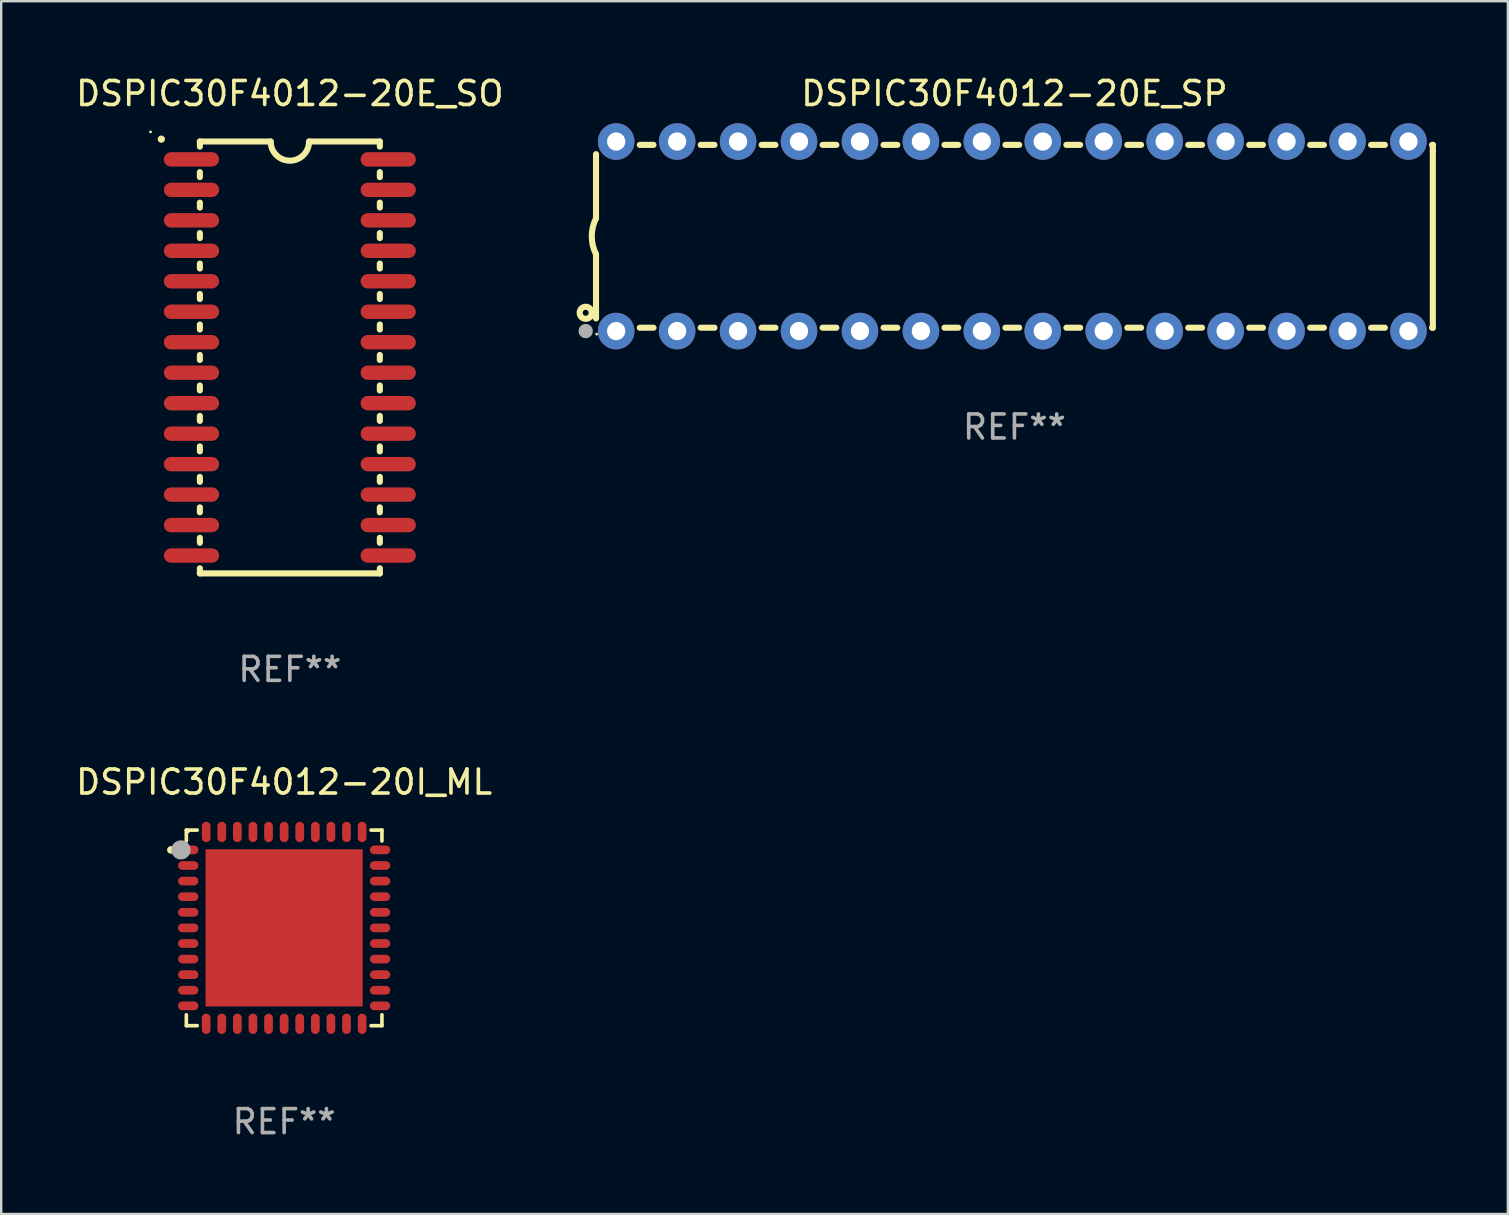
<source format=kicad_pcb>
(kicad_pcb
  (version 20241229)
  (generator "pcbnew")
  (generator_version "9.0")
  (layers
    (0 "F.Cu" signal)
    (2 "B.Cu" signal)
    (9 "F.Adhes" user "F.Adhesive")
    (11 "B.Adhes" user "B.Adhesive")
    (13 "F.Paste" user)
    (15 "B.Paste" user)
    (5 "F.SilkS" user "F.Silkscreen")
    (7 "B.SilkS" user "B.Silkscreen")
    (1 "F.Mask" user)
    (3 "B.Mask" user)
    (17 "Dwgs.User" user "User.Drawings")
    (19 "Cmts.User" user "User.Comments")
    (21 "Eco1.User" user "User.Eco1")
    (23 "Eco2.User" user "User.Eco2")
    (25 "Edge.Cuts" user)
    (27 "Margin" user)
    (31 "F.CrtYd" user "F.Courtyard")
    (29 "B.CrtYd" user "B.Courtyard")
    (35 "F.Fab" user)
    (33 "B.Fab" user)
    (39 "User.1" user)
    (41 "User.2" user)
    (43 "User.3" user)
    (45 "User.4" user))
  (footprint "DSPIC30F4012-20E_SO"
    (layer "F.Cu")
    (at 9.03 11.848)
    (property "Reference" "DSPIC30F4012-20E_SO" (at 0 -11 0) (layer "F.SilkS") (effects (font (size 1 1) (thickness 0.15))))
    (attr through_hole)
    (fp_line (start -3.75 -9) (end -3.75 -8.786) (stroke (width 0.254) (type solid)) (layer "F.SilkS"))
    (fp_line (start -3.75 -9) (end -0.8 -9) (stroke (width 0.254) (type solid)) (layer "F.SilkS"))
    (fp_line (start -3.75 -7.724) (end -3.75 -7.516) (stroke (width 0.254) (type solid)) (layer "F.SilkS"))
    (fp_line (start -3.75 -6.454) (end -3.75 -6.246) (stroke (width 0.254) (type solid)) (layer "F.SilkS"))
    (fp_line (start -3.75 -5.184) (end -3.75 -4.976) (stroke (width 0.254) (type solid)) (layer "F.SilkS"))
    (fp_line (start -3.75 -3.914) (end -3.75 -3.706) (stroke (width 0.254) (type solid)) (layer "F.SilkS"))
    (fp_line (start -3.75 -2.644) (end -3.75 -2.436) (stroke (width 0.254) (type solid)) (layer "F.SilkS"))
    (fp_line (start -3.75 -1.374) (end -3.75 -1.166) (stroke (width 0.254) (type solid)) (layer "F.SilkS"))
    (fp_line (start -3.75 -0.104) (end -3.75 0.104) (stroke (width 0.254) (type solid)) (layer "F.SilkS"))
    (fp_line (start -3.75 1.166) (end -3.75 1.374) (stroke (width 0.254) (type solid)) (layer "F.SilkS"))
    (fp_line (start -3.75 2.436) (end -3.75 2.644) (stroke (width 0.254) (type solid)) (layer "F.SilkS"))
    (fp_line (start -3.75 3.706) (end -3.75 3.914) (stroke (width 0.254) (type solid)) (layer "F.SilkS"))
    (fp_line (start -3.75 4.976) (end -3.75 5.184) (stroke (width 0.254) (type solid)) (layer "F.SilkS"))
    (fp_line (start -3.75 6.246) (end -3.75 6.454) (stroke (width 0.254) (type solid)) (layer "F.SilkS"))
    (fp_line (start -3.75 7.516) (end -3.75 7.724) (stroke (width 0.254) (type solid)) (layer "F.SilkS"))
    (fp_line (start -3.75 8.786) (end -3.75 9) (stroke (width 0.254) (type solid)) (layer "F.SilkS"))
    (fp_line (start 3.75 -9) (end 0.8 -9) (stroke (width 0.254) (type solid)) (layer "F.SilkS"))
    (fp_line (start 3.75 -9) (end 3.75 -8.786) (stroke (width 0.254) (type solid)) (layer "F.SilkS"))
    (fp_line (start 3.75 -7.724) (end 3.75 -7.516) (stroke (width 0.254) (type solid)) (layer "F.SilkS"))
    (fp_line (start 3.75 -6.454) (end 3.75 -6.246) (stroke (width 0.254) (type solid)) (layer "F.SilkS"))
    (fp_line (start 3.75 -5.184) (end 3.75 -4.976) (stroke (width 0.254) (type solid)) (layer "F.SilkS"))
    (fp_line (start 3.75 -3.914) (end 3.75 -3.706) (stroke (width 0.254) (type solid)) (layer "F.SilkS"))
    (fp_line (start 3.75 -2.644) (end 3.75 -2.436) (stroke (width 0.254) (type solid)) (layer "F.SilkS"))
    (fp_line (start 3.75 -1.374) (end 3.75 -1.166) (stroke (width 0.254) (type solid)) (layer "F.SilkS"))
    (fp_line (start 3.75 -0.104) (end 3.75 0.104) (stroke (width 0.254) (type solid)) (layer "F.SilkS"))
    (fp_line (start 3.75 1.166) (end 3.75 1.374) (stroke (width 0.254) (type solid)) (layer "F.SilkS"))
    (fp_line (start 3.75 2.436) (end 3.75 2.644) (stroke (width 0.254) (type solid)) (layer "F.SilkS"))
    (fp_line (start 3.75 3.706) (end 3.75 3.914) (stroke (width 0.254) (type solid)) (layer "F.SilkS"))
    (fp_line (start 3.75 4.976) (end 3.75 5.184) (stroke (width 0.254) (type solid)) (layer "F.SilkS"))
    (fp_line (start 3.75 6.246) (end 3.75 6.454) (stroke (width 0.254) (type solid)) (layer "F.SilkS"))
    (fp_line (start 3.75 7.516) (end 3.75 7.724) (stroke (width 0.254) (type solid)) (layer "F.SilkS"))
    (fp_line (start 3.75 8.786) (end 3.75 9) (stroke (width 0.254) (type solid)) (layer "F.SilkS"))
    (fp_line (start 3.75 9) (end -3.75 9) (stroke (width 0.254) (type solid)) (layer "F.SilkS"))
    (fp_arc (start -5.356414 -9.098298) (mid -5.356419 -9.099568) (end -5.356414 -9.100838) (stroke (width 0.3) (type solid)) (layer "F.SilkS"))
    (fp_arc (start 0.800076 -9.000025) (mid -0.000102 -8.201067) (end -0.799466 -9.000838) (stroke (width 0.254001) (type solid)) (layer "F.SilkS"))
    (fp_circle (center -5.806 -9.4) (end -5.776 -9.4) (stroke (width 0.06) (type solid)) (fill no) (layer "F.SilkS"))
    (fp_text user "REF**" (at 0 13 0) (layer "F.Fab") (effects (font (size 1 1) (thickness 0.15))))
    (pad "1" smd oval (at -4.1 -8.255 90) (size 0.6 2.3) (layers "F.Cu" "F.Mask" "F.Paste"))
    (pad "2" smd oval (at -4.1 -6.985 90) (size 0.6 2.3) (layers "F.Cu" "F.Mask" "F.Paste"))
    (pad "3" smd oval (at -4.1 -5.715 90) (size 0.6 2.3) (layers "F.Cu" "F.Mask" "F.Paste"))
    (pad "4" smd oval (at -4.1 -4.445 90) (size 0.6 2.3) (layers "F.Cu" "F.Mask" "F.Paste"))
    (pad "5" smd oval (at -4.1 -3.175 90) (size 0.6 2.3) (layers "F.Cu" "F.Mask" "F.Paste"))
    (pad "6" smd oval (at -4.1 -1.905 90) (size 0.6 2.3) (layers "F.Cu" "F.Mask" "F.Paste"))
    (pad "7" smd oval (at -4.1 -0.635 90) (size 0.6 2.3) (layers "F.Cu" "F.Mask" "F.Paste"))
    (pad "8" smd oval (at -4.1 0.635 90) (size 0.6 2.3) (layers "F.Cu" "F.Mask" "F.Paste"))
    (pad "9" smd oval (at -4.1 1.905 90) (size 0.6 2.3) (layers "F.Cu" "F.Mask" "F.Paste"))
    (pad "10" smd oval (at -4.1 3.175 90) (size 0.6 2.3) (layers "F.Cu" "F.Mask" "F.Paste"))
    (pad "11" smd oval (at -4.1 4.445 90) (size 0.6 2.3) (layers "F.Cu" "F.Mask" "F.Paste"))
    (pad "12" smd oval (at -4.1 5.715 90) (size 0.6 2.3) (layers "F.Cu" "F.Mask" "F.Paste"))
    (pad "13" smd oval (at -4.1 6.985 90) (size 0.6 2.3) (layers "F.Cu" "F.Mask" "F.Paste"))
    (pad "14" smd oval (at -4.1 8.255 90) (size 0.6 2.3) (layers "F.Cu" "F.Mask" "F.Paste"))
    (pad "15" smd oval (at 4.1 8.255 90) (size 0.6 2.3) (layers "F.Cu" "F.Mask" "F.Paste"))
    (pad "16" smd oval (at 4.1 6.985 90) (size 0.6 2.3) (layers "F.Cu" "F.Mask" "F.Paste"))
    (pad "17" smd oval (at 4.1 5.715 90) (size 0.6 2.3) (layers "F.Cu" "F.Mask" "F.Paste"))
    (pad "18" smd oval (at 4.1 4.445 90) (size 0.6 2.3) (layers "F.Cu" "F.Mask" "F.Paste"))
    (pad "19" smd oval (at 4.1 3.175 90) (size 0.6 2.3) (layers "F.Cu" "F.Mask" "F.Paste"))
    (pad "20" smd oval (at 4.1 1.905 90) (size 0.6 2.3) (layers "F.Cu" "F.Mask" "F.Paste"))
    (pad "21" smd oval (at 4.1 0.635 90) (size 0.6 2.3) (layers "F.Cu" "F.Mask" "F.Paste"))
    (pad "22" smd oval (at 4.1 -0.635 90) (size 0.6 2.3) (layers "F.Cu" "F.Mask" "F.Paste"))
    (pad "23" smd oval (at 4.1 -1.905 90) (size 0.6 2.3) (layers "F.Cu" "F.Mask" "F.Paste"))
    (pad "24" smd oval (at 4.1 -3.175 90) (size 0.6 2.3) (layers "F.Cu" "F.Mask" "F.Paste"))
    (pad "25" smd oval (at 4.1 -4.445 90) (size 0.6 2.3) (layers "F.Cu" "F.Mask" "F.Paste"))
    (pad "26" smd oval (at 4.1 -5.715 90) (size 0.6 2.3) (layers "F.Cu" "F.Mask" "F.Paste"))
    (pad "27" smd oval (at 4.1 -6.985 90) (size 0.6 2.3) (layers "F.Cu" "F.Mask" "F.Paste"))
    (pad "28" smd oval (at 4.1 -8.255 90) (size 0.6 2.3) (layers "F.Cu" "F.Mask" "F.Paste")))
  (footprint "DSPIC30F4012-20E_SP"
    (layer "F.Cu")
    (at 39.228 6.798)
    (property "Reference" "DSPIC30F4012-20E_SP" (at 0 -5.95 0) (layer "F.SilkS") (effects (font (size 1 1) (thickness 0.15))))
    (attr through_hole)
    (fp_line (start -17.438 0.75) (end -17.438 3.423) (stroke (width 0.254) (type solid)) (layer "F.SilkS"))
    (fp_line (start -17.438 -3.423) (end -17.438 -0.75) (stroke (width 0.254) (type solid)) (layer "F.SilkS"))
    (fp_line (start -15.615 3.81) (end -15.041 3.81) (stroke (width 0.254) (type solid)) (layer "F.SilkS"))
    (fp_line (start -15.041 -3.81) (end -15.614 -3.81) (stroke (width 0.254) (type solid)) (layer "F.SilkS"))
    (fp_line (start -13.075 3.81) (end -12.501 3.81) (stroke (width 0.254) (type solid)) (layer "F.SilkS"))
    (fp_line (start -12.501 -3.81) (end -13.074 -3.81) (stroke (width 0.254) (type solid)) (layer "F.SilkS"))
    (fp_line (start -10.535 3.81) (end -9.961 3.81) (stroke (width 0.254) (type solid)) (layer "F.SilkS"))
    (fp_line (start -9.961 -3.81) (end -10.534 -3.81) (stroke (width 0.254) (type solid)) (layer "F.SilkS"))
    (fp_line (start -7.995 3.81) (end -7.421 3.81) (stroke (width 0.254) (type solid)) (layer "F.SilkS"))
    (fp_line (start -7.421 -3.81) (end -7.995 -3.81) (stroke (width 0.254) (type solid)) (layer "F.SilkS"))
    (fp_line (start -5.455 3.81) (end -4.881 3.81) (stroke (width 0.254) (type solid)) (layer "F.SilkS"))
    (fp_line (start -4.881 -3.81) (end -5.455 -3.81) (stroke (width 0.254) (type solid)) (layer "F.SilkS"))
    (fp_line (start -2.915 3.81) (end -2.341 3.81) (stroke (width 0.254) (type solid)) (layer "F.SilkS"))
    (fp_line (start -2.341 -3.81) (end -2.915 -3.81) (stroke (width 0.254) (type solid)) (layer "F.SilkS"))
    (fp_line (start -0.375 3.81) (end 0.199 3.81) (stroke (width 0.254) (type solid)) (layer "F.SilkS"))
    (fp_line (start 0.199 -3.81) (end -0.375 -3.81) (stroke (width 0.254) (type solid)) (layer "F.SilkS"))
    (fp_line (start 2.165 3.81) (end 2.739 3.81) (stroke (width 0.254) (type solid)) (layer "F.SilkS"))
    (fp_line (start 2.739 -3.81) (end 2.165 -3.81) (stroke (width 0.254) (type solid)) (layer "F.SilkS"))
    (fp_line (start 4.705 3.81) (end 5.279 3.81) (stroke (width 0.254) (type solid)) (layer "F.SilkS"))
    (fp_line (start 5.279 -3.81) (end 4.705 -3.81) (stroke (width 0.254) (type solid)) (layer "F.SilkS"))
    (fp_line (start 7.245 3.81) (end 7.819 3.81) (stroke (width 0.254) (type solid)) (layer "F.SilkS"))
    (fp_line (start 7.819 -3.81) (end 7.245 -3.81) (stroke (width 0.254) (type solid)) (layer "F.SilkS"))
    (fp_line (start 9.785 3.81) (end 10.359 3.81) (stroke (width 0.254) (type solid)) (layer "F.SilkS"))
    (fp_line (start 10.359 -3.81) (end 9.785 -3.81) (stroke (width 0.254) (type solid)) (layer "F.SilkS"))
    (fp_line (start 12.325 3.81) (end 12.899 3.81) (stroke (width 0.254) (type solid)) (layer "F.SilkS"))
    (fp_line (start 12.899 -3.81) (end 12.325 -3.81) (stroke (width 0.254) (type solid)) (layer "F.SilkS"))
    (fp_line (start 14.865 3.81) (end 15.439 3.81) (stroke (width 0.254) (type solid)) (layer "F.SilkS"))
    (fp_line (start 15.439 -3.81) (end 14.865 -3.81) (stroke (width 0.254) (type solid)) (layer "F.SilkS"))
    (fp_line (start 17.405 3.81) (end 17.438 3.81) (stroke (width 0.254) (type solid)) (layer "F.SilkS"))
    (fp_line (start 17.438 -3.81) (end 17.405 -3.81) (stroke (width 0.254) (type solid)) (layer "F.SilkS"))
    (fp_line (start 17.438 -3.556) (end 17.438 -3.81) (stroke (width 0.254) (type solid)) (layer "F.SilkS"))
    (fp_line (start 17.438 3.81) (end 17.438 -3.556) (stroke (width 0.254) (type solid)) (layer "F.SilkS"))
    (fp_arc (start -17.437986 0.749657) (mid -17.614887 -0.000024) (end -17.437783 -0.749657) (stroke (width 0.254001) (type solid)) (layer "F.SilkS"))
    (fp_circle (center -17.868 3.188) (end -17.743 3.188) (stroke (width 0.254) (type solid)) (fill no) (layer "F.SilkS"))
    (fp_circle (center -17.411 4.077) (end -17.381 4.077) (stroke (width 0.06) (type solid)) (fill no) (layer "F.SilkS"))
    (fp_circle (center -17.868 3.95) (end -17.718 3.95) (stroke (width 0.3) (type solid)) (fill no) (layer "F.Fab"))
    (fp_text user "REF**" (at 0 7.95 0) (layer "F.Fab") (effects (font (size 1 1) (thickness 0.15))))
    (pad "1" thru_hole circle (at -16.598 3.95) (size 1.524 1.524) (drill 0.762) (layers "*.Cu" "*.Mask"))
    (pad "2" thru_hole circle (at -14.058 3.95) (size 1.524 1.524) (drill 0.762) (layers "*.Cu" "*.Mask"))
    (pad "3" thru_hole circle (at -11.518 3.95) (size 1.524 1.524) (drill 0.762) (layers "*.Cu" "*.Mask"))
    (pad "4" thru_hole circle (at -8.978 3.95) (size 1.524 1.524) (drill 0.762) (layers "*.Cu" "*.Mask"))
    (pad "5" thru_hole circle (at -6.438 3.95) (size 1.524 1.524) (drill 0.762) (layers "*.Cu" "*.Mask"))
    (pad "6" thru_hole circle (at -3.898 3.95) (size 1.524 1.524) (drill 0.762) (layers "*.Cu" "*.Mask"))
    (pad "7" thru_hole circle (at -1.358 3.95) (size 1.524 1.524) (drill 0.762) (layers "*.Cu" "*.Mask"))
    (pad "8" thru_hole circle (at 1.182 3.95) (size 1.524 1.524) (drill 0.762) (layers "*.Cu" "*.Mask"))
    (pad "9" thru_hole circle (at 3.722 3.95) (size 1.524 1.524) (drill 0.762) (layers "*.Cu" "*.Mask"))
    (pad "10" thru_hole circle (at 6.262 3.95) (size 1.524 1.524) (drill 0.762) (layers "*.Cu" "*.Mask"))
    (pad "11" thru_hole circle (at 8.802 3.95) (size 1.524 1.524) (drill 0.762) (layers "*.Cu" "*.Mask"))
    (pad "12" thru_hole circle (at 11.342 3.95) (size 1.524 1.524) (drill 0.762) (layers "*.Cu" "*.Mask"))
    (pad "13" thru_hole circle (at 13.882 3.95) (size 1.524 1.524) (drill 0.762) (layers "*.Cu" "*.Mask"))
    (pad "14" thru_hole circle (at 16.422 3.95) (size 1.524 1.524) (drill 0.762) (layers "*.Cu" "*.Mask"))
    (pad "15" thru_hole circle (at 16.422 -3.95) (size 1.524 1.524) (drill 0.762) (layers "*.Cu" "*.Mask"))
    (pad "16" thru_hole circle (at 13.882 -3.95) (size 1.524 1.524) (drill 0.762) (layers "*.Cu" "*.Mask"))
    (pad "17" thru_hole circle (at 11.342 -3.95) (size 1.524 1.524) (drill 0.762) (layers "*.Cu" "*.Mask"))
    (pad "18" thru_hole circle (at 8.802 -3.95) (size 1.524 1.524) (drill 0.762) (layers "*.Cu" "*.Mask"))
    (pad "19" thru_hole circle (at 6.262 -3.95) (size 1.524 1.524) (drill 0.762) (layers "*.Cu" "*.Mask"))
    (pad "20" thru_hole circle (at 3.722 -3.95) (size 1.524 1.524) (drill 0.762) (layers "*.Cu" "*.Mask"))
    (pad "21" thru_hole circle (at 1.182 -3.95) (size 1.524 1.524) (drill 0.762) (layers "*.Cu" "*.Mask"))
    (pad "22" thru_hole circle (at -1.358 -3.95) (size 1.524 1.524) (drill 0.762) (layers "*.Cu" "*.Mask"))
    (pad "23" thru_hole circle (at -3.898 -3.95) (size 1.524 1.524) (drill 0.762) (layers "*.Cu" "*.Mask"))
    (pad "24" thru_hole circle (at -6.438 -3.95) (size 1.524 1.524) (drill 0.762) (layers "*.Cu" "*.Mask"))
    (pad "25" thru_hole circle (at -8.978 -3.95) (size 1.524 1.524) (drill 0.762) (layers "*.Cu" "*.Mask"))
    (pad "26" thru_hole circle (at -11.517 -3.95) (size 1.524 1.524) (drill 0.762) (layers "*.Cu" "*.Mask"))
    (pad "27" thru_hole circle (at -14.057 -3.95) (size 1.524 1.524) (drill 0.762) (layers "*.Cu" "*.Mask"))
    (pad "28" thru_hole circle (at -16.597 -3.95) (size 1.524 1.524) (drill 0.762) (layers "*.Cu" "*.Mask")))
  (footprint "DSPIC30F4012-20I_ML"
    (layer "F.Cu")
    (at 8.792 35.621)
    (property "Reference" "DSPIC30F4012-20I_ML" (at 0 -6.076 0) (layer "F.SilkS") (effects (font (size 1 1) (thickness 0.15))))
    (attr through_hole)
    (fp_line (start -4.076 -4.076) (end -4.076 -3.622) (stroke (width 0.152) (type solid)) (layer "F.SilkS"))
    (fp_line (start -4.076 4.076) (end -4.076 3.622) (stroke (width 0.152) (type solid)) (layer "F.SilkS"))
    (fp_line (start -3.622 -4.076) (end -4.076 -4.076) (stroke (width 0.152) (type solid)) (layer "F.SilkS"))
    (fp_line (start -3.622 4.076) (end -4.076 4.076) (stroke (width 0.152) (type solid)) (layer "F.SilkS"))
    (fp_line (start 3.622 -4.076) (end 4.076 -4.076) (stroke (width 0.152) (type solid)) (layer "F.SilkS"))
    (fp_line (start 3.622 4.076) (end 4.076 4.076) (stroke (width 0.152) (type solid)) (layer "F.SilkS"))
    (fp_line (start 4.076 -4.076) (end 4.076 -3.622) (stroke (width 0.152) (type solid)) (layer "F.SilkS"))
    (fp_line (start 4.076 4.076) (end 4.076 3.622) (stroke (width 0.152) (type solid)) (layer "F.SilkS"))
    (fp_circle (center -4.722 -3.25) (end -4.643 -3.25) (stroke (width 0.158) (type solid)) (fill no) (layer "F.SilkS"))
    (fp_circle (center -4 -4) (end -3.97 -4) (stroke (width 0.06) (type solid)) (fill no) (layer "F.SilkS"))
    (fp_circle (center -4.3 -3.25) (end -4.1 -3.25) (stroke (width 0.4) (type solid)) (fill no) (layer "F.Fab"))
    (fp_text user "REF**" (at 0 8.076 0) (layer "F.Fab") (effects (font (size 1 1) (thickness 0.15))))
    (pad "1" smd oval (at -3.998 -3.25 270) (size 0.364 0.847) (layers "F.Cu" "F.Mask" "F.Paste"))
    (pad "2" smd oval (at -3.998 -2.6 270) (size 0.364 0.847) (layers "F.Cu" "F.Mask" "F.Paste"))
    (pad "3" smd oval (at -3.998 -1.95 270) (size 0.364 0.847) (layers "F.Cu" "F.Mask" "F.Paste"))
    (pad "4" smd oval (at -3.998 -1.3 270) (size 0.364 0.847) (layers "F.Cu" "F.Mask" "F.Paste"))
    (pad "5" smd oval (at -3.998 -0.65 270) (size 0.364 0.847) (layers "F.Cu" "F.Mask" "F.Paste"))
    (pad "6" smd oval (at -3.998 0 270) (size 0.364 0.847) (layers "F.Cu" "F.Mask" "F.Paste"))
    (pad "7" smd oval (at -3.998 0.65 270) (size 0.364 0.847) (layers "F.Cu" "F.Mask" "F.Paste"))
    (pad "8" smd oval (at -3.998 1.3 270) (size 0.364 0.847) (layers "F.Cu" "F.Mask" "F.Paste"))
    (pad "9" smd oval (at -3.998 1.95 270) (size 0.364 0.847) (layers "F.Cu" "F.Mask" "F.Paste"))
    (pad "10" smd oval (at -3.998 2.6 270) (size 0.364 0.847) (layers "F.Cu" "F.Mask" "F.Paste"))
    (pad "11" smd oval (at -3.998 3.25 270) (size 0.364 0.847) (layers "F.Cu" "F.Mask" "F.Paste"))
    (pad "12" smd oval (at -3.25 3.998 270) (size 0.847 0.364) (layers "F.Cu" "F.Mask" "F.Paste"))
    (pad "13" smd oval (at -2.6 3.998 270) (size 0.847 0.364) (layers "F.Cu" "F.Mask" "F.Paste"))
    (pad "14" smd oval (at -1.95 3.998 270) (size 0.847 0.364) (layers "F.Cu" "F.Mask" "F.Paste"))
    (pad "15" smd oval (at -1.3 3.998 270) (size 0.847 0.364) (layers "F.Cu" "F.Mask" "F.Paste"))
    (pad "16" smd oval (at -0.65 3.998 270) (size 0.847 0.364) (layers "F.Cu" "F.Mask" "F.Paste"))
    (pad "17" smd oval (at 0 3.998 270) (size 0.847 0.364) (layers "F.Cu" "F.Mask" "F.Paste"))
    (pad "18" smd oval (at 0.65 3.998 270) (size 0.847 0.364) (layers "F.Cu" "F.Mask" "F.Paste"))
    (pad "19" smd oval (at 1.3 3.998 270) (size 0.847 0.364) (layers "F.Cu" "F.Mask" "F.Paste"))
    (pad "20" smd oval (at 1.95 3.998 270) (size 0.847 0.364) (layers "F.Cu" "F.Mask" "F.Paste"))
    (pad "21" smd oval (at 2.6 3.998 270) (size 0.847 0.364) (layers "F.Cu" "F.Mask" "F.Paste"))
    (pad "22" smd oval (at 3.25 3.998 270) (size 0.847 0.364) (layers "F.Cu" "F.Mask" "F.Paste"))
    (pad "23" smd oval (at 3.998 3.25 270) (size 0.364 0.847) (layers "F.Cu" "F.Mask" "F.Paste"))
    (pad "24" smd oval (at 3.998 2.6 270) (size 0.364 0.847) (layers "F.Cu" "F.Mask" "F.Paste"))
    (pad "25" smd oval (at 3.998 1.95 270) (size 0.364 0.847) (layers "F.Cu" "F.Mask" "F.Paste"))
    (pad "26" smd oval (at 3.998 1.3 270) (size 0.364 0.847) (layers "F.Cu" "F.Mask" "F.Paste"))
    (pad "27" smd oval (at 3.998 0.65 270) (size 0.364 0.847) (layers "F.Cu" "F.Mask" "F.Paste"))
    (pad "28" smd oval (at 3.998 0 270) (size 0.364 0.847) (layers "F.Cu" "F.Mask" "F.Paste"))
    (pad "29" smd oval (at 3.998 -0.65 270) (size 0.364 0.847) (layers "F.Cu" "F.Mask" "F.Paste"))
    (pad "30" smd oval (at 3.998 -1.3 270) (size 0.364 0.847) (layers "F.Cu" "F.Mask" "F.Paste"))
    (pad "31" smd oval (at 3.998 -1.95 270) (size 0.364 0.847) (layers "F.Cu" "F.Mask" "F.Paste"))
    (pad "32" smd oval (at 3.998 -2.6 270) (size 0.364 0.847) (layers "F.Cu" "F.Mask" "F.Paste"))
    (pad "33" smd oval (at 3.998 -3.25 270) (size 0.364 0.847) (layers "F.Cu" "F.Mask" "F.Paste"))
    (pad "34" smd oval (at 3.25 -3.998 270) (size 0.847 0.364) (layers "F.Cu" "F.Mask" "F.Paste"))
    (pad "35" smd oval (at 2.6 -3.998 270) (size 0.847 0.364) (layers "F.Cu" "F.Mask" "F.Paste"))
    (pad "36" smd oval (at 1.95 -3.998 270) (size 0.847 0.364) (layers "F.Cu" "F.Mask" "F.Paste"))
    (pad "37" smd oval (at 1.3 -3.998 270) (size 0.847 0.364) (layers "F.Cu" "F.Mask" "F.Paste"))
    (pad "38" smd oval (at 0.65 -3.998 270) (size 0.847 0.364) (layers "F.Cu" "F.Mask" "F.Paste"))
    (pad "39" smd oval (at 0 -3.998 270) (size 0.847 0.364) (layers "F.Cu" "F.Mask" "F.Paste"))
    (pad "40" smd oval (at -0.65 -3.998 270) (size 0.847 0.364) (layers "F.Cu" "F.Mask" "F.Paste"))
    (pad "41" smd oval (at -1.3 -3.998 270) (size 0.847 0.364) (layers "F.Cu" "F.Mask" "F.Paste"))
    (pad "42" smd oval (at -1.95 -3.998 270) (size 0.847 0.364) (layers "F.Cu" "F.Mask" "F.Paste"))
    (pad "43" smd oval (at -2.6 -3.998 270) (size 0.847 0.364) (layers "F.Cu" "F.Mask" "F.Paste"))
    (pad "44" smd oval (at -3.25 -3.998 270) (size 0.847 0.364) (layers "F.Cu" "F.Mask" "F.Paste"))
    (pad "45" smd rect (at 0 0 270) (size 6.55 6.55) (layers "F.Cu" "F.Mask" "F.Paste")))
  (gr_rect
    (start -3 -3)
    (end 59.793 47.546)
    (stroke (width 0.1) (type default))
    (fill no)
    (layer "Edge.Cuts")))
</source>
